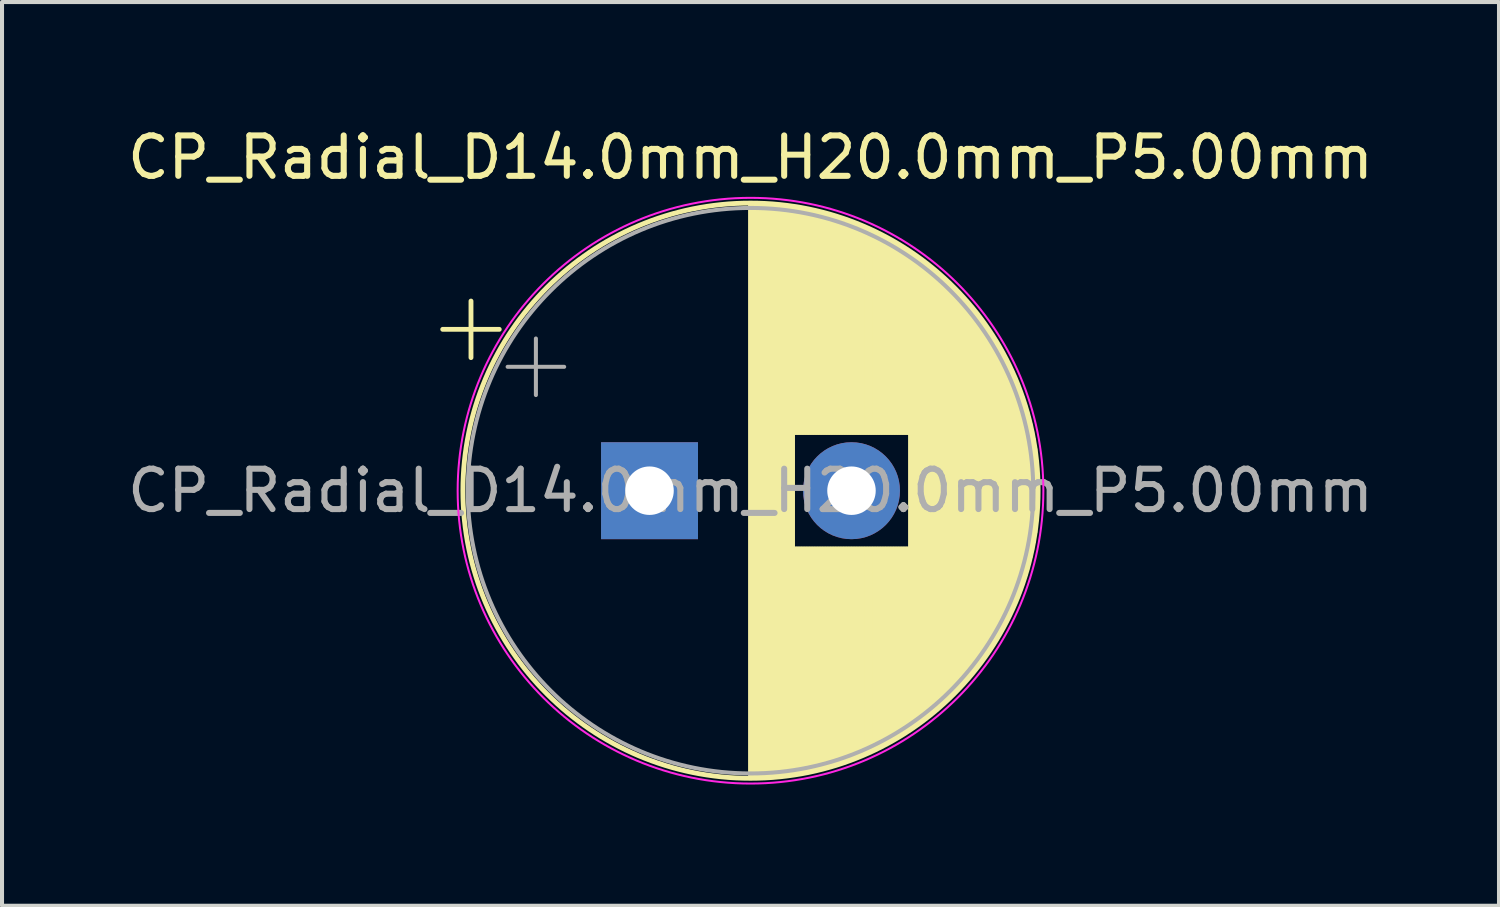
<source format=kicad_pcb>
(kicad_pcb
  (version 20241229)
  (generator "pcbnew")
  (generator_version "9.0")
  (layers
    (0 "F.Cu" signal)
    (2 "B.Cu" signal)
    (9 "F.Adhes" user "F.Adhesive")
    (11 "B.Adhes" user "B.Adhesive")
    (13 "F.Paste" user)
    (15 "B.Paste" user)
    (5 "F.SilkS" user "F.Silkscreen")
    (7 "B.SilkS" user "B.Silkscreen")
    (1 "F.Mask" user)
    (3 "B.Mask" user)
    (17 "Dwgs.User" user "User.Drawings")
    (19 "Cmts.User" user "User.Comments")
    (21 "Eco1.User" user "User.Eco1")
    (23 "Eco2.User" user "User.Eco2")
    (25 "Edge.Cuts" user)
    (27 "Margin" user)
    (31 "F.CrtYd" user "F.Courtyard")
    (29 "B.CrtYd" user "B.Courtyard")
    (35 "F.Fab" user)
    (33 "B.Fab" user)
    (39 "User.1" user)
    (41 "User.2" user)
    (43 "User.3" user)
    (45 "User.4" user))
  (footprint "CP_Radial_D14.0mm_H20.0mm_P5.00mm"
    (layer "F.Cu")
    (at 13.03 9.098)
    (property "Reference" "CP_Radial_D14.0mm_H20.0mm_P5.00mm" (at 2.5 -8.25 0) (layer "F.SilkS") (effects (font (size 1 1) (thickness 0.15))))
    (attr through_hole)
    (fp_line (start -5.12 -3.995) (end -3.72 -3.995) (stroke (width 0.12) (type solid)) (layer "F.SilkS"))
    (fp_line (start -4.42 -4.695) (end -4.42 -3.295) (stroke (width 0.12) (type solid)) (layer "F.SilkS"))
    (fp_line (start 2.5 -7.08) (end 2.5 7.08) (stroke (width 0.12) (type solid)) (layer "F.SilkS"))
    (fp_line (start 2.54 -7.08) (end 2.54 7.08) (stroke (width 0.12) (type solid)) (layer "F.SilkS"))
    (fp_line (start 2.58 -7.08) (end 2.58 7.08) (stroke (width 0.12) (type solid)) (layer "F.SilkS"))
    (fp_line (start 2.62 -7.079) (end 2.62 7.079) (stroke (width 0.12) (type solid)) (layer "F.SilkS"))
    (fp_line (start 2.66 -7.079) (end 2.66 7.079) (stroke (width 0.12) (type solid)) (layer "F.SilkS"))
    (fp_line (start 2.7 -7.078) (end 2.7 7.078) (stroke (width 0.12) (type solid)) (layer "F.SilkS"))
    (fp_line (start 2.74 -7.076) (end 2.74 7.076) (stroke (width 0.12) (type solid)) (layer "F.SilkS"))
    (fp_line (start 2.78 -7.075) (end 2.78 7.075) (stroke (width 0.12) (type solid)) (layer "F.SilkS"))
    (fp_line (start 2.82 -7.073) (end 2.82 7.073) (stroke (width 0.12) (type solid)) (layer "F.SilkS"))
    (fp_line (start 2.86 -7.071) (end 2.86 7.071) (stroke (width 0.12) (type solid)) (layer "F.SilkS"))
    (fp_line (start 2.9 -7.069) (end 2.9 7.069) (stroke (width 0.12) (type solid)) (layer "F.SilkS"))
    (fp_line (start 2.94 -7.067) (end 2.94 7.067) (stroke (width 0.12) (type solid)) (layer "F.SilkS"))
    (fp_line (start 2.98 -7.064) (end 2.98 7.064) (stroke (width 0.12) (type solid)) (layer "F.SilkS"))
    (fp_line (start 3.02 -7.061) (end 3.02 7.061) (stroke (width 0.12) (type solid)) (layer "F.SilkS"))
    (fp_line (start 3.06 -7.058) (end 3.06 7.058) (stroke (width 0.12) (type solid)) (layer "F.SilkS"))
    (fp_line (start 3.1 -7.055) (end 3.1 7.055) (stroke (width 0.12) (type solid)) (layer "F.SilkS"))
    (fp_line (start 3.14 -7.052) (end 3.14 7.052) (stroke (width 0.12) (type solid)) (layer "F.SilkS"))
    (fp_line (start 3.18 -7.048) (end 3.18 7.048) (stroke (width 0.12) (type solid)) (layer "F.SilkS"))
    (fp_line (start 3.221 -7.044) (end 3.221 7.044) (stroke (width 0.12) (type solid)) (layer "F.SilkS"))
    (fp_line (start 3.261 -7.04) (end 3.261 7.04) (stroke (width 0.12) (type solid)) (layer "F.SilkS"))
    (fp_line (start 3.301 -7.035) (end 3.301 7.035) (stroke (width 0.12) (type solid)) (layer "F.SilkS"))
    (fp_line (start 3.341 -7.031) (end 3.341 7.031) (stroke (width 0.12) (type solid)) (layer "F.SilkS"))
    (fp_line (start 3.381 -7.026) (end 3.381 7.026) (stroke (width 0.12) (type solid)) (layer "F.SilkS"))
    (fp_line (start 3.421 -7.021) (end 3.421 7.021) (stroke (width 0.12) (type solid)) (layer "F.SilkS"))
    (fp_line (start 3.461 -7.015) (end 3.461 7.015) (stroke (width 0.12) (type solid)) (layer "F.SilkS"))
    (fp_line (start 3.501 -7.01) (end 3.501 7.01) (stroke (width 0.12) (type solid)) (layer "F.SilkS"))
    (fp_line (start 3.541 -7.004) (end 3.541 7.004) (stroke (width 0.12) (type solid)) (layer "F.SilkS"))
    (fp_line (start 3.581 -6.998) (end 3.581 -1.44) (stroke (width 0.12) (type solid)) (layer "F.SilkS"))
    (fp_line (start 3.581 1.44) (end 3.581 6.998) (stroke (width 0.12) (type solid)) (layer "F.SilkS"))
    (fp_line (start 3.621 -6.992) (end 3.621 -1.44) (stroke (width 0.12) (type solid)) (layer "F.SilkS"))
    (fp_line (start 3.621 1.44) (end 3.621 6.992) (stroke (width 0.12) (type solid)) (layer "F.SilkS"))
    (fp_line (start 3.661 -6.985) (end 3.661 -1.44) (stroke (width 0.12) (type solid)) (layer "F.SilkS"))
    (fp_line (start 3.661 1.44) (end 3.661 6.985) (stroke (width 0.12) (type solid)) (layer "F.SilkS"))
    (fp_line (start 3.701 -6.979) (end 3.701 -1.44) (stroke (width 0.12) (type solid)) (layer "F.SilkS"))
    (fp_line (start 3.701 1.44) (end 3.701 6.979) (stroke (width 0.12) (type solid)) (layer "F.SilkS"))
    (fp_line (start 3.741 -6.972) (end 3.741 -1.44) (stroke (width 0.12) (type solid)) (layer "F.SilkS"))
    (fp_line (start 3.741 1.44) (end 3.741 6.972) (stroke (width 0.12) (type solid)) (layer "F.SilkS"))
    (fp_line (start 3.781 -6.964) (end 3.781 -1.44) (stroke (width 0.12) (type solid)) (layer "F.SilkS"))
    (fp_line (start 3.781 1.44) (end 3.781 6.964) (stroke (width 0.12) (type solid)) (layer "F.SilkS"))
    (fp_line (start 3.821 -6.957) (end 3.821 -1.44) (stroke (width 0.12) (type solid)) (layer "F.SilkS"))
    (fp_line (start 3.821 1.44) (end 3.821 6.957) (stroke (width 0.12) (type solid)) (layer "F.SilkS"))
    (fp_line (start 3.861 -6.949) (end 3.861 -1.44) (stroke (width 0.12) (type solid)) (layer "F.SilkS"))
    (fp_line (start 3.861 1.44) (end 3.861 6.949) (stroke (width 0.12) (type solid)) (layer "F.SilkS"))
    (fp_line (start 3.901 -6.942) (end 3.901 -1.44) (stroke (width 0.12) (type solid)) (layer "F.SilkS"))
    (fp_line (start 3.901 1.44) (end 3.901 6.942) (stroke (width 0.12) (type solid)) (layer "F.SilkS"))
    (fp_line (start 3.941 -6.933) (end 3.941 -1.44) (stroke (width 0.12) (type solid)) (layer "F.SilkS"))
    (fp_line (start 3.941 1.44) (end 3.941 6.933) (stroke (width 0.12) (type solid)) (layer "F.SilkS"))
    (fp_line (start 3.981 -6.925) (end 3.981 -1.44) (stroke (width 0.12) (type solid)) (layer "F.SilkS"))
    (fp_line (start 3.981 1.44) (end 3.981 6.925) (stroke (width 0.12) (type solid)) (layer "F.SilkS"))
    (fp_line (start 4.021 -6.916) (end 4.021 -1.44) (stroke (width 0.12) (type solid)) (layer "F.SilkS"))
    (fp_line (start 4.021 1.44) (end 4.021 6.916) (stroke (width 0.12) (type solid)) (layer "F.SilkS"))
    (fp_line (start 4.061 -6.907) (end 4.061 -1.44) (stroke (width 0.12) (type solid)) (layer "F.SilkS"))
    (fp_line (start 4.061 1.44) (end 4.061 6.907) (stroke (width 0.12) (type solid)) (layer "F.SilkS"))
    (fp_line (start 4.101 -6.898) (end 4.101 -1.44) (stroke (width 0.12) (type solid)) (layer "F.SilkS"))
    (fp_line (start 4.101 1.44) (end 4.101 6.898) (stroke (width 0.12) (type solid)) (layer "F.SilkS"))
    (fp_line (start 4.141 -6.889) (end 4.141 -1.44) (stroke (width 0.12) (type solid)) (layer "F.SilkS"))
    (fp_line (start 4.141 1.44) (end 4.141 6.889) (stroke (width 0.12) (type solid)) (layer "F.SilkS"))
    (fp_line (start 4.181 -6.879) (end 4.181 -1.44) (stroke (width 0.12) (type solid)) (layer "F.SilkS"))
    (fp_line (start 4.181 1.44) (end 4.181 6.879) (stroke (width 0.12) (type solid)) (layer "F.SilkS"))
    (fp_line (start 4.221 -6.87) (end 4.221 -1.44) (stroke (width 0.12) (type solid)) (layer "F.SilkS"))
    (fp_line (start 4.221 1.44) (end 4.221 6.87) (stroke (width 0.12) (type solid)) (layer "F.SilkS"))
    (fp_line (start 4.261 -6.86) (end 4.261 -1.44) (stroke (width 0.12) (type solid)) (layer "F.SilkS"))
    (fp_line (start 4.261 1.44) (end 4.261 6.86) (stroke (width 0.12) (type solid)) (layer "F.SilkS"))
    (fp_line (start 4.301 -6.849) (end 4.301 -1.44) (stroke (width 0.12) (type solid)) (layer "F.SilkS"))
    (fp_line (start 4.301 1.44) (end 4.301 6.849) (stroke (width 0.12) (type solid)) (layer "F.SilkS"))
    (fp_line (start 4.341 -6.839) (end 4.341 -1.44) (stroke (width 0.12) (type solid)) (layer "F.SilkS"))
    (fp_line (start 4.341 1.44) (end 4.341 6.839) (stroke (width 0.12) (type solid)) (layer "F.SilkS"))
    (fp_line (start 4.381 -6.828) (end 4.381 -1.44) (stroke (width 0.12) (type solid)) (layer "F.SilkS"))
    (fp_line (start 4.381 1.44) (end 4.381 6.828) (stroke (width 0.12) (type solid)) (layer "F.SilkS"))
    (fp_line (start 4.421 -6.817) (end 4.421 -1.44) (stroke (width 0.12) (type solid)) (layer "F.SilkS"))
    (fp_line (start 4.421 1.44) (end 4.421 6.817) (stroke (width 0.12) (type solid)) (layer "F.SilkS"))
    (fp_line (start 4.461 -6.805) (end 4.461 -1.44) (stroke (width 0.12) (type solid)) (layer "F.SilkS"))
    (fp_line (start 4.461 1.44) (end 4.461 6.805) (stroke (width 0.12) (type solid)) (layer "F.SilkS"))
    (fp_line (start 4.501 -6.794) (end 4.501 -1.44) (stroke (width 0.12) (type solid)) (layer "F.SilkS"))
    (fp_line (start 4.501 1.44) (end 4.501 6.794) (stroke (width 0.12) (type solid)) (layer "F.SilkS"))
    (fp_line (start 4.541 -6.782) (end 4.541 -1.44) (stroke (width 0.12) (type solid)) (layer "F.SilkS"))
    (fp_line (start 4.541 1.44) (end 4.541 6.782) (stroke (width 0.12) (type solid)) (layer "F.SilkS"))
    (fp_line (start 4.581 -6.77) (end 4.581 -1.44) (stroke (width 0.12) (type solid)) (layer "F.SilkS"))
    (fp_line (start 4.581 1.44) (end 4.581 6.77) (stroke (width 0.12) (type solid)) (layer "F.SilkS"))
    (fp_line (start 4.621 -6.758) (end 4.621 -1.44) (stroke (width 0.12) (type solid)) (layer "F.SilkS"))
    (fp_line (start 4.621 1.44) (end 4.621 6.758) (stroke (width 0.12) (type solid)) (layer "F.SilkS"))
    (fp_line (start 4.661 -6.745) (end 4.661 -1.44) (stroke (width 0.12) (type solid)) (layer "F.SilkS"))
    (fp_line (start 4.661 1.44) (end 4.661 6.745) (stroke (width 0.12) (type solid)) (layer "F.SilkS"))
    (fp_line (start 4.701 -6.732) (end 4.701 -1.44) (stroke (width 0.12) (type solid)) (layer "F.SilkS"))
    (fp_line (start 4.701 1.44) (end 4.701 6.732) (stroke (width 0.12) (type solid)) (layer "F.SilkS"))
    (fp_line (start 4.741 -6.719) (end 4.741 -1.44) (stroke (width 0.12) (type solid)) (layer "F.SilkS"))
    (fp_line (start 4.741 1.44) (end 4.741 6.719) (stroke (width 0.12) (type solid)) (layer "F.SilkS"))
    (fp_line (start 4.781 -6.706) (end 4.781 -1.44) (stroke (width 0.12) (type solid)) (layer "F.SilkS"))
    (fp_line (start 4.781 1.44) (end 4.781 6.706) (stroke (width 0.12) (type solid)) (layer "F.SilkS"))
    (fp_line (start 4.821 -6.692) (end 4.821 -1.44) (stroke (width 0.12) (type solid)) (layer "F.SilkS"))
    (fp_line (start 4.821 1.44) (end 4.821 6.692) (stroke (width 0.12) (type solid)) (layer "F.SilkS"))
    (fp_line (start 4.861 -6.678) (end 4.861 -1.44) (stroke (width 0.12) (type solid)) (layer "F.SilkS"))
    (fp_line (start 4.861 1.44) (end 4.861 6.678) (stroke (width 0.12) (type solid)) (layer "F.SilkS"))
    (fp_line (start 4.901 -6.664) (end 4.901 -1.44) (stroke (width 0.12) (type solid)) (layer "F.SilkS"))
    (fp_line (start 4.901 1.44) (end 4.901 6.664) (stroke (width 0.12) (type solid)) (layer "F.SilkS"))
    (fp_line (start 4.941 -6.649) (end 4.941 -1.44) (stroke (width 0.12) (type solid)) (layer "F.SilkS"))
    (fp_line (start 4.941 1.44) (end 4.941 6.649) (stroke (width 0.12) (type solid)) (layer "F.SilkS"))
    (fp_line (start 4.981 -6.635) (end 4.981 -1.44) (stroke (width 0.12) (type solid)) (layer "F.SilkS"))
    (fp_line (start 4.981 1.44) (end 4.981 6.635) (stroke (width 0.12) (type solid)) (layer "F.SilkS"))
    (fp_line (start 5.021 -6.62) (end 5.021 -1.44) (stroke (width 0.12) (type solid)) (layer "F.SilkS"))
    (fp_line (start 5.021 1.44) (end 5.021 6.62) (stroke (width 0.12) (type solid)) (layer "F.SilkS"))
    (fp_line (start 5.061 -6.604) (end 5.061 -1.44) (stroke (width 0.12) (type solid)) (layer "F.SilkS"))
    (fp_line (start 5.061 1.44) (end 5.061 6.604) (stroke (width 0.12) (type solid)) (layer "F.SilkS"))
    (fp_line (start 5.101 -6.589) (end 5.101 -1.44) (stroke (width 0.12) (type solid)) (layer "F.SilkS"))
    (fp_line (start 5.101 1.44) (end 5.101 6.589) (stroke (width 0.12) (type solid)) (layer "F.SilkS"))
    (fp_line (start 5.141 -6.573) (end 5.141 -1.44) (stroke (width 0.12) (type solid)) (layer "F.SilkS"))
    (fp_line (start 5.141 1.44) (end 5.141 6.573) (stroke (width 0.12) (type solid)) (layer "F.SilkS"))
    (fp_line (start 5.181 -6.557) (end 5.181 -1.44) (stroke (width 0.12) (type solid)) (layer "F.SilkS"))
    (fp_line (start 5.181 1.44) (end 5.181 6.557) (stroke (width 0.12) (type solid)) (layer "F.SilkS"))
    (fp_line (start 5.221 -6.54) (end 5.221 -1.44) (stroke (width 0.12) (type solid)) (layer "F.SilkS"))
    (fp_line (start 5.221 1.44) (end 5.221 6.54) (stroke (width 0.12) (type solid)) (layer "F.SilkS"))
    (fp_line (start 5.261 -6.524) (end 5.261 -1.44) (stroke (width 0.12) (type solid)) (layer "F.SilkS"))
    (fp_line (start 5.261 1.44) (end 5.261 6.524) (stroke (width 0.12) (type solid)) (layer "F.SilkS"))
    (fp_line (start 5.301 -6.507) (end 5.301 -1.44) (stroke (width 0.12) (type solid)) (layer "F.SilkS"))
    (fp_line (start 5.301 1.44) (end 5.301 6.507) (stroke (width 0.12) (type solid)) (layer "F.SilkS"))
    (fp_line (start 5.341 -6.49) (end 5.341 -1.44) (stroke (width 0.12) (type solid)) (layer "F.SilkS"))
    (fp_line (start 5.341 1.44) (end 5.341 6.49) (stroke (width 0.12) (type solid)) (layer "F.SilkS"))
    (fp_line (start 5.381 -6.472) (end 5.381 -1.44) (stroke (width 0.12) (type solid)) (layer "F.SilkS"))
    (fp_line (start 5.381 1.44) (end 5.381 6.472) (stroke (width 0.12) (type solid)) (layer "F.SilkS"))
    (fp_line (start 5.421 -6.454) (end 5.421 -1.44) (stroke (width 0.12) (type solid)) (layer "F.SilkS"))
    (fp_line (start 5.421 1.44) (end 5.421 6.454) (stroke (width 0.12) (type solid)) (layer "F.SilkS"))
    (fp_line (start 5.461 -6.436) (end 5.461 -1.44) (stroke (width 0.12) (type solid)) (layer "F.SilkS"))
    (fp_line (start 5.461 1.44) (end 5.461 6.436) (stroke (width 0.12) (type solid)) (layer "F.SilkS"))
    (fp_line (start 5.501 -6.418) (end 5.501 -1.44) (stroke (width 0.12) (type solid)) (layer "F.SilkS"))
    (fp_line (start 5.501 1.44) (end 5.501 6.418) (stroke (width 0.12) (type solid)) (layer "F.SilkS"))
    (fp_line (start 5.541 -6.399) (end 5.541 -1.44) (stroke (width 0.12) (type solid)) (layer "F.SilkS"))
    (fp_line (start 5.541 1.44) (end 5.541 6.399) (stroke (width 0.12) (type solid)) (layer "F.SilkS"))
    (fp_line (start 5.581 -6.38) (end 5.581 -1.44) (stroke (width 0.12) (type solid)) (layer "F.SilkS"))
    (fp_line (start 5.581 1.44) (end 5.581 6.38) (stroke (width 0.12) (type solid)) (layer "F.SilkS"))
    (fp_line (start 5.621 -6.36) (end 5.621 -1.44) (stroke (width 0.12) (type solid)) (layer "F.SilkS"))
    (fp_line (start 5.621 1.44) (end 5.621 6.36) (stroke (width 0.12) (type solid)) (layer "F.SilkS"))
    (fp_line (start 5.661 -6.341) (end 5.661 -1.44) (stroke (width 0.12) (type solid)) (layer "F.SilkS"))
    (fp_line (start 5.661 1.44) (end 5.661 6.341) (stroke (width 0.12) (type solid)) (layer "F.SilkS"))
    (fp_line (start 5.701 -6.321) (end 5.701 -1.44) (stroke (width 0.12) (type solid)) (layer "F.SilkS"))
    (fp_line (start 5.701 1.44) (end 5.701 6.321) (stroke (width 0.12) (type solid)) (layer "F.SilkS"))
    (fp_line (start 5.741 -6.301) (end 5.741 -1.44) (stroke (width 0.12) (type solid)) (layer "F.SilkS"))
    (fp_line (start 5.741 1.44) (end 5.741 6.301) (stroke (width 0.12) (type solid)) (layer "F.SilkS"))
    (fp_line (start 5.781 -6.28) (end 5.781 -1.44) (stroke (width 0.12) (type solid)) (layer "F.SilkS"))
    (fp_line (start 5.781 1.44) (end 5.781 6.28) (stroke (width 0.12) (type solid)) (layer "F.SilkS"))
    (fp_line (start 5.821 -6.259) (end 5.821 -1.44) (stroke (width 0.12) (type solid)) (layer "F.SilkS"))
    (fp_line (start 5.821 1.44) (end 5.821 6.259) (stroke (width 0.12) (type solid)) (layer "F.SilkS"))
    (fp_line (start 5.861 -6.238) (end 5.861 -1.44) (stroke (width 0.12) (type solid)) (layer "F.SilkS"))
    (fp_line (start 5.861 1.44) (end 5.861 6.238) (stroke (width 0.12) (type solid)) (layer "F.SilkS"))
    (fp_line (start 5.901 -6.216) (end 5.901 -1.44) (stroke (width 0.12) (type solid)) (layer "F.SilkS"))
    (fp_line (start 5.901 1.44) (end 5.901 6.216) (stroke (width 0.12) (type solid)) (layer "F.SilkS"))
    (fp_line (start 5.941 -6.194) (end 5.941 -1.44) (stroke (width 0.12) (type solid)) (layer "F.SilkS"))
    (fp_line (start 5.941 1.44) (end 5.941 6.194) (stroke (width 0.12) (type solid)) (layer "F.SilkS"))
    (fp_line (start 5.981 -6.172) (end 5.981 -1.44) (stroke (width 0.12) (type solid)) (layer "F.SilkS"))
    (fp_line (start 5.981 1.44) (end 5.981 6.172) (stroke (width 0.12) (type solid)) (layer "F.SilkS"))
    (fp_line (start 6.021 -6.15) (end 6.021 -1.44) (stroke (width 0.12) (type solid)) (layer "F.SilkS"))
    (fp_line (start 6.021 1.44) (end 6.021 6.15) (stroke (width 0.12) (type solid)) (layer "F.SilkS"))
    (fp_line (start 6.061 -6.127) (end 6.061 -1.44) (stroke (width 0.12) (type solid)) (layer "F.SilkS"))
    (fp_line (start 6.061 1.44) (end 6.061 6.127) (stroke (width 0.12) (type solid)) (layer "F.SilkS"))
    (fp_line (start 6.101 -6.103) (end 6.101 -1.44) (stroke (width 0.12) (type solid)) (layer "F.SilkS"))
    (fp_line (start 6.101 1.44) (end 6.101 6.103) (stroke (width 0.12) (type solid)) (layer "F.SilkS"))
    (fp_line (start 6.141 -6.08) (end 6.141 -1.44) (stroke (width 0.12) (type solid)) (layer "F.SilkS"))
    (fp_line (start 6.141 1.44) (end 6.141 6.08) (stroke (width 0.12) (type solid)) (layer "F.SilkS"))
    (fp_line (start 6.181 -6.056) (end 6.181 -1.44) (stroke (width 0.12) (type solid)) (layer "F.SilkS"))
    (fp_line (start 6.181 1.44) (end 6.181 6.056) (stroke (width 0.12) (type solid)) (layer "F.SilkS"))
    (fp_line (start 6.221 -6.031) (end 6.221 -1.44) (stroke (width 0.12) (type solid)) (layer "F.SilkS"))
    (fp_line (start 6.221 1.44) (end 6.221 6.031) (stroke (width 0.12) (type solid)) (layer "F.SilkS"))
    (fp_line (start 6.261 -6.007) (end 6.261 -1.44) (stroke (width 0.12) (type solid)) (layer "F.SilkS"))
    (fp_line (start 6.261 1.44) (end 6.261 6.007) (stroke (width 0.12) (type solid)) (layer "F.SilkS"))
    (fp_line (start 6.301 -5.982) (end 6.301 -1.44) (stroke (width 0.12) (type solid)) (layer "F.SilkS"))
    (fp_line (start 6.301 1.44) (end 6.301 5.982) (stroke (width 0.12) (type solid)) (layer "F.SilkS"))
    (fp_line (start 6.341 -5.956) (end 6.341 -1.44) (stroke (width 0.12) (type solid)) (layer "F.SilkS"))
    (fp_line (start 6.341 1.44) (end 6.341 5.956) (stroke (width 0.12) (type solid)) (layer "F.SilkS"))
    (fp_line (start 6.381 -5.93) (end 6.381 -1.44) (stroke (width 0.12) (type solid)) (layer "F.SilkS"))
    (fp_line (start 6.381 1.44) (end 6.381 5.93) (stroke (width 0.12) (type solid)) (layer "F.SilkS"))
    (fp_line (start 6.421 -5.904) (end 6.421 -1.44) (stroke (width 0.12) (type solid)) (layer "F.SilkS"))
    (fp_line (start 6.421 1.44) (end 6.421 5.904) (stroke (width 0.12) (type solid)) (layer "F.SilkS"))
    (fp_line (start 6.461 -5.878) (end 6.461 5.878) (stroke (width 0.12) (type solid)) (layer "F.SilkS"))
    (fp_line (start 6.501 -5.851) (end 6.501 5.851) (stroke (width 0.12) (type solid)) (layer "F.SilkS"))
    (fp_line (start 6.541 -5.823) (end 6.541 5.823) (stroke (width 0.12) (type solid)) (layer "F.SilkS"))
    (fp_line (start 6.581 -5.796) (end 6.581 5.796) (stroke (width 0.12) (type solid)) (layer "F.SilkS"))
    (fp_line (start 6.621 -5.767) (end 6.621 5.767) (stroke (width 0.12) (type solid)) (layer "F.SilkS"))
    (fp_line (start 6.661 -5.739) (end 6.661 5.739) (stroke (width 0.12) (type solid)) (layer "F.SilkS"))
    (fp_line (start 6.701 -5.71) (end 6.701 5.71) (stroke (width 0.12) (type solid)) (layer "F.SilkS"))
    (fp_line (start 6.741 -5.68) (end 6.741 5.68) (stroke (width 0.12) (type solid)) (layer "F.SilkS"))
    (fp_line (start 6.781 -5.65) (end 6.781 5.65) (stroke (width 0.12) (type solid)) (layer "F.SilkS"))
    (fp_line (start 6.821 -5.62) (end 6.821 5.62) (stroke (width 0.12) (type solid)) (layer "F.SilkS"))
    (fp_line (start 6.861 -5.589) (end 6.861 5.589) (stroke (width 0.12) (type solid)) (layer "F.SilkS"))
    (fp_line (start 6.901 -5.558) (end 6.901 5.558) (stroke (width 0.12) (type solid)) (layer "F.SilkS"))
    (fp_line (start 6.941 -5.527) (end 6.941 5.527) (stroke (width 0.12) (type solid)) (layer "F.SilkS"))
    (fp_line (start 6.981 -5.494) (end 6.981 5.494) (stroke (width 0.12) (type solid)) (layer "F.SilkS"))
    (fp_line (start 7.021 -5.462) (end 7.021 5.462) (stroke (width 0.12) (type solid)) (layer "F.SilkS"))
    (fp_line (start 7.061 -5.429) (end 7.061 5.429) (stroke (width 0.12) (type solid)) (layer "F.SilkS"))
    (fp_line (start 7.101 -5.395) (end 7.101 5.395) (stroke (width 0.12) (type solid)) (layer "F.SilkS"))
    (fp_line (start 7.141 -5.361) (end 7.141 5.361) (stroke (width 0.12) (type solid)) (layer "F.SilkS"))
    (fp_line (start 7.181 -5.326) (end 7.181 5.326) (stroke (width 0.12) (type solid)) (layer "F.SilkS"))
    (fp_line (start 7.221 -5.291) (end 7.221 5.291) (stroke (width 0.12) (type solid)) (layer "F.SilkS"))
    (fp_line (start 7.261 -5.255) (end 7.261 5.255) (stroke (width 0.12) (type solid)) (layer "F.SilkS"))
    (fp_line (start 7.301 -5.219) (end 7.301 5.219) (stroke (width 0.12) (type solid)) (layer "F.SilkS"))
    (fp_line (start 7.341 -5.182) (end 7.341 5.182) (stroke (width 0.12) (type solid)) (layer "F.SilkS"))
    (fp_line (start 7.381 -5.145) (end 7.381 5.145) (stroke (width 0.12) (type solid)) (layer "F.SilkS"))
    (fp_line (start 7.421 -5.107) (end 7.421 5.107) (stroke (width 0.12) (type solid)) (layer "F.SilkS"))
    (fp_line (start 7.461 -5.069) (end 7.461 5.069) (stroke (width 0.12) (type solid)) (layer "F.SilkS"))
    (fp_line (start 7.501 -5.029) (end 7.501 5.029) (stroke (width 0.12) (type solid)) (layer "F.SilkS"))
    (fp_line (start 7.541 -4.99) (end 7.541 4.99) (stroke (width 0.12) (type solid)) (layer "F.SilkS"))
    (fp_line (start 7.581 -4.949) (end 7.581 4.949) (stroke (width 0.12) (type solid)) (layer "F.SilkS"))
    (fp_line (start 7.621 -4.908) (end 7.621 4.908) (stroke (width 0.12) (type solid)) (layer "F.SilkS"))
    (fp_line (start 7.661 -4.866) (end 7.661 4.866) (stroke (width 0.12) (type solid)) (layer "F.SilkS"))
    (fp_line (start 7.701 -4.824) (end 7.701 4.824) (stroke (width 0.12) (type solid)) (layer "F.SilkS"))
    (fp_line (start 7.741 -4.781) (end 7.741 4.781) (stroke (width 0.12) (type solid)) (layer "F.SilkS"))
    (fp_line (start 7.781 -4.737) (end 7.781 4.737) (stroke (width 0.12) (type solid)) (layer "F.SilkS"))
    (fp_line (start 7.821 -4.693) (end 7.821 4.693) (stroke (width 0.12) (type solid)) (layer "F.SilkS"))
    (fp_line (start 7.861 -4.647) (end 7.861 4.647) (stroke (width 0.12) (type solid)) (layer "F.SilkS"))
    (fp_line (start 7.901 -4.601) (end 7.901 4.601) (stroke (width 0.12) (type solid)) (layer "F.SilkS"))
    (fp_line (start 7.941 -4.554) (end 7.941 4.554) (stroke (width 0.12) (type solid)) (layer "F.SilkS"))
    (fp_line (start 7.981 -4.506) (end 7.981 4.506) (stroke (width 0.12) (type solid)) (layer "F.SilkS"))
    (fp_line (start 8.021 -4.458) (end 8.021 4.458) (stroke (width 0.12) (type solid)) (layer "F.SilkS"))
    (fp_line (start 8.061 -4.408) (end 8.061 4.408) (stroke (width 0.12) (type solid)) (layer "F.SilkS"))
    (fp_line (start 8.101 -4.358) (end 8.101 4.358) (stroke (width 0.12) (type solid)) (layer "F.SilkS"))
    (fp_line (start 8.141 -4.306) (end 8.141 4.306) (stroke (width 0.12) (type solid)) (layer "F.SilkS"))
    (fp_line (start 8.181 -4.254) (end 8.181 4.254) (stroke (width 0.12) (type solid)) (layer "F.SilkS"))
    (fp_line (start 8.221 -4.2) (end 8.221 4.2) (stroke (width 0.12) (type solid)) (layer "F.SilkS"))
    (fp_line (start 8.261 -4.146) (end 8.261 4.146) (stroke (width 0.12) (type solid)) (layer "F.SilkS"))
    (fp_line (start 8.301 -4.09) (end 8.301 4.09) (stroke (width 0.12) (type solid)) (layer "F.SilkS"))
    (fp_line (start 8.341 -4.033) (end 8.341 4.033) (stroke (width 0.12) (type solid)) (layer "F.SilkS"))
    (fp_line (start 8.381 -3.975) (end 8.381 3.975) (stroke (width 0.12) (type solid)) (layer "F.SilkS"))
    (fp_line (start 8.421 -3.916) (end 8.421 3.916) (stroke (width 0.12) (type solid)) (layer "F.SilkS"))
    (fp_line (start 8.461 -3.856) (end 8.461 3.856) (stroke (width 0.12) (type solid)) (layer "F.SilkS"))
    (fp_line (start 8.501 -3.794) (end 8.501 3.794) (stroke (width 0.12) (type solid)) (layer "F.SilkS"))
    (fp_line (start 8.541 -3.73) (end 8.541 3.73) (stroke (width 0.12) (type solid)) (layer "F.SilkS"))
    (fp_line (start 8.581 -3.666) (end 8.581 3.666) (stroke (width 0.12) (type solid)) (layer "F.SilkS"))
    (fp_line (start 8.621 -3.599) (end 8.621 3.599) (stroke (width 0.12) (type solid)) (layer "F.SilkS"))
    (fp_line (start 8.661 -3.531) (end 8.661 3.531) (stroke (width 0.12) (type solid)) (layer "F.SilkS"))
    (fp_line (start 8.701 -3.461) (end 8.701 3.461) (stroke (width 0.12) (type solid)) (layer "F.SilkS"))
    (fp_line (start 8.741 -3.389) (end 8.741 3.389) (stroke (width 0.12) (type solid)) (layer "F.SilkS"))
    (fp_line (start 8.781 -3.315) (end 8.781 3.315) (stroke (width 0.12) (type solid)) (layer "F.SilkS"))
    (fp_line (start 8.821 -3.24) (end 8.821 3.24) (stroke (width 0.12) (type solid)) (layer "F.SilkS"))
    (fp_line (start 8.861 -3.161) (end 8.861 3.161) (stroke (width 0.12) (type solid)) (layer "F.SilkS"))
    (fp_line (start 8.901 -3.08) (end 8.901 3.08) (stroke (width 0.12) (type solid)) (layer "F.SilkS"))
    (fp_line (start 8.941 -2.997) (end 8.941 2.997) (stroke (width 0.12) (type solid)) (layer "F.SilkS"))
    (fp_line (start 8.981 -2.911) (end 8.981 2.911) (stroke (width 0.12) (type solid)) (layer "F.SilkS"))
    (fp_line (start 9.021 -2.821) (end 9.021 2.821) (stroke (width 0.12) (type solid)) (layer "F.SilkS"))
    (fp_line (start 9.061 -2.728) (end 9.061 2.728) (stroke (width 0.12) (type solid)) (layer "F.SilkS"))
    (fp_line (start 9.101 -2.632) (end 9.101 2.632) (stroke (width 0.12) (type solid)) (layer "F.SilkS"))
    (fp_line (start 9.141 -2.53) (end 9.141 2.53) (stroke (width 0.12) (type solid)) (layer "F.SilkS"))
    (fp_line (start 9.181 -2.425) (end 9.181 2.425) (stroke (width 0.12) (type solid)) (layer "F.SilkS"))
    (fp_line (start 9.221 -2.313) (end 9.221 2.313) (stroke (width 0.12) (type solid)) (layer "F.SilkS"))
    (fp_line (start 9.261 -2.196) (end 9.261 2.196) (stroke (width 0.12) (type solid)) (layer "F.SilkS"))
    (fp_line (start 9.301 -2.071) (end 9.301 2.071) (stroke (width 0.12) (type solid)) (layer "F.SilkS"))
    (fp_line (start 9.341 -1.938) (end 9.341 1.938) (stroke (width 0.12) (type solid)) (layer "F.SilkS"))
    (fp_line (start 9.381 -1.794) (end 9.381 1.794) (stroke (width 0.12) (type solid)) (layer "F.SilkS"))
    (fp_line (start 9.421 -1.636) (end 9.421 1.636) (stroke (width 0.12) (type solid)) (layer "F.SilkS"))
    (fp_line (start 9.461 -1.461) (end 9.461 1.461) (stroke (width 0.12) (type solid)) (layer "F.SilkS"))
    (fp_line (start 9.501 -1.262) (end 9.501 1.262) (stroke (width 0.12) (type solid)) (layer "F.SilkS"))
    (fp_line (start 9.541 -1.025) (end 9.541 1.025) (stroke (width 0.12) (type solid)) (layer "F.SilkS"))
    (fp_line (start 9.581 -0.714) (end 9.581 0.714) (stroke (width 0.12) (type solid)) (layer "F.SilkS"))
    (fp_circle (center 2.5 0) (end 9.62 0) (stroke (width 0.12) (type solid)) (fill no) (layer "F.SilkS"))
    (fp_circle (center 2.5 0) (end 9.75 0) (stroke (width 0.05) (type solid)) (fill no) (layer "F.CrtYd"))
    (fp_line (start -3.513 -3.067) (end -2.113 -3.067) (stroke (width 0.1) (type solid)) (layer "F.Fab"))
    (fp_line (start -2.813 -3.768) (end -2.813 -2.368) (stroke (width 0.1) (type solid)) (layer "F.Fab"))
    (fp_circle (center 2.5 0) (end 9.5 0) (stroke (width 0.1) (type solid)) (fill no) (layer "F.Fab"))
    (fp_text user "${REFERENCE}" (at 2.5 0 0) (layer "F.Fab") (effects (font (size 1 1) (thickness 0.15))))
    (pad "1" thru_hole rect (at 0 0) (size 2.4 2.4) (drill 1.2) (layers "*.Cu" "*.Mask"))
    (pad "2" thru_hole circle (at 5 0) (size 2.4 2.4) (drill 1.2) (layers "*.Cu" "*.Mask")))
  (gr_rect
    (start -3 -3)
    (end 34.06 19.373)
    (stroke (width 0.1) (type default))
    (fill no)
    (layer "Edge.Cuts")))
</source>
